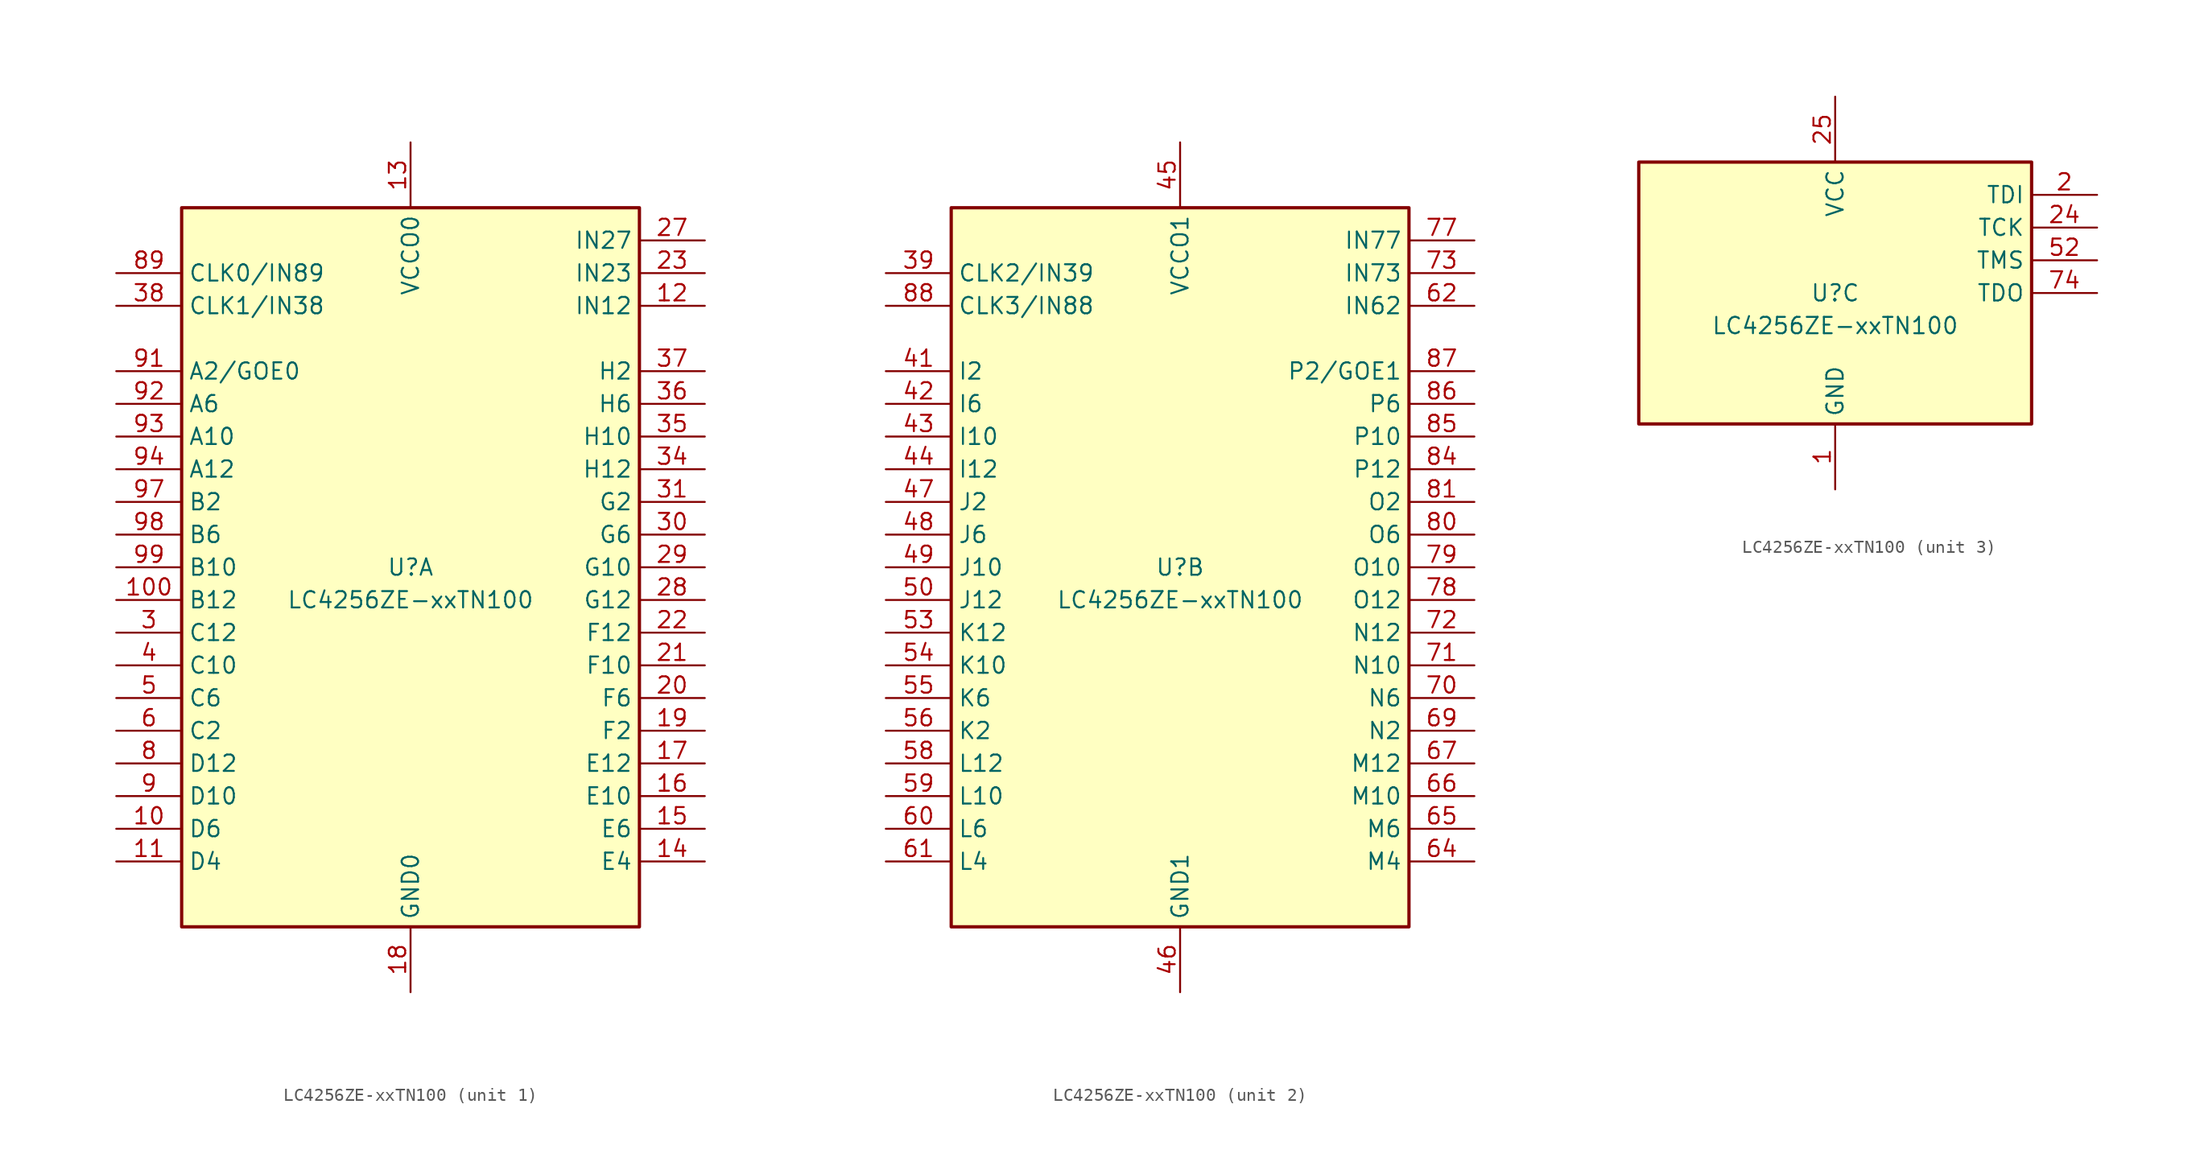
<source format=kicad_sym>
(kicad_symbol_lib
  (version 20210619)
  (generator kicad_symbol_editor)
  (symbol "Gekkio_CPLD_Lattice:LC4256ZE-xxTN100"
    (property "Reference" "U"
      (at 0 0 0)
      (effects (font (size 1.27 1.27))))
    (property "Value" "LC4256ZE-xxTN100"
      (at 0 -2.54 0)
      (effects (font (size 1.27 1.27))))
    (property "ki_locked" ""
      (at 0 0 0)
      (effects (font (size 1.27 1.27))))
    (symbol "LC4256ZE-xxTN100_1_1"
      (rectangle (start -17.78 27.94) (end 17.78 -27.94) (stroke (width 0.254)) (fill (type background)))
      (pin bidirectional line (at -22.86 -20.32 0) (length 5.08) (name "D6" (effects (font (size 1.27 1.27)))) (number "10" (effects (font (size 1.27 1.27)))))
      (pin bidirectional line (at -22.86 -2.54 0) (length 5.08) (name "B12" (effects (font (size 1.27 1.27)))) (number "100" (effects (font (size 1.27 1.27)))))
      (pin bidirectional line (at -22.86 -22.86 0) (length 5.08) (name "D4" (effects (font (size 1.27 1.27)))) (number "11" (effects (font (size 1.27 1.27)))))
      (pin input line (at 22.86 20.32 180) (length 5.08) (name "IN12" (effects (font (size 1.27 1.27)))) (number "12" (effects (font (size 1.27 1.27)))))
      (pin power_in line (at 0 33.02 270) (length 5.08) (name "VCCO0" (effects (font (size 1.27 1.27)))) (number "13" (effects (font (size 1.27 1.27)))))
      (pin bidirectional line (at 22.86 -22.86 180) (length 5.08) (name "E4" (effects (font (size 1.27 1.27)))) (number "14" (effects (font (size 1.27 1.27)))))
      (pin bidirectional line (at 22.86 -20.32 180) (length 5.08) (name "E6" (effects (font (size 1.27 1.27)))) (number "15" (effects (font (size 1.27 1.27)))))
      (pin bidirectional line (at 22.86 -17.78 180) (length 5.08) (name "E10" (effects (font (size 1.27 1.27)))) (number "16" (effects (font (size 1.27 1.27)))))
      (pin bidirectional line (at 22.86 -15.24 180) (length 5.08) (name "E12" (effects (font (size 1.27 1.27)))) (number "17" (effects (font (size 1.27 1.27)))))
      (pin power_in line (at 0 -33.02 90) (length 5.08) (name "GND0" (effects (font (size 1.27 1.27)))) (number "18" (effects (font (size 1.27 1.27)))))
      (pin bidirectional line (at 22.86 -12.7 180) (length 5.08) (name "F2" (effects (font (size 1.27 1.27)))) (number "19" (effects (font (size 1.27 1.27)))))
      (pin bidirectional line (at 22.86 -10.16 180) (length 5.08) (name "F6" (effects (font (size 1.27 1.27)))) (number "20" (effects (font (size 1.27 1.27)))))
      (pin bidirectional line (at 22.86 -7.62 180) (length 5.08) (name "F10" (effects (font (size 1.27 1.27)))) (number "21" (effects (font (size 1.27 1.27)))))
      (pin bidirectional line (at 22.86 -5.08 180) (length 5.08) (name "F12" (effects (font (size 1.27 1.27)))) (number "22" (effects (font (size 1.27 1.27)))))
      (pin input line (at 22.86 22.86 180) (length 5.08) (name "IN23" (effects (font (size 1.27 1.27)))) (number "23" (effects (font (size 1.27 1.27)))))
      (pin input line (at 22.86 25.4 180) (length 5.08) (name "IN27" (effects (font (size 1.27 1.27)))) (number "27" (effects (font (size 1.27 1.27)))))
      (pin bidirectional line (at 22.86 -2.54 180) (length 5.08) (name "G12" (effects (font (size 1.27 1.27)))) (number "28" (effects (font (size 1.27 1.27)))))
      (pin bidirectional line (at 22.86 0 180) (length 5.08) (name "G10" (effects (font (size 1.27 1.27)))) (number "29" (effects (font (size 1.27 1.27)))))
      (pin bidirectional line (at -22.86 -5.08 0) (length 5.08) (name "C12" (effects (font (size 1.27 1.27)))) (number "3" (effects (font (size 1.27 1.27)))))
      (pin bidirectional line (at 22.86 2.54 180) (length 5.08) (name "G6" (effects (font (size 1.27 1.27)))) (number "30" (effects (font (size 1.27 1.27)))))
      (pin bidirectional line (at 22.86 5.08 180) (length 5.08) (name "G2" (effects (font (size 1.27 1.27)))) (number "31" (effects (font (size 1.27 1.27)))))
      (pin passive line (at 0 -33.02 90) (length 5.08) hide (name "GND0" (effects (font (size 1.27 1.27)))) (number "32" (effects (font (size 1.27 1.27)))))
      (pin passive line (at 0 33.02 270) (length 5.08) hide (name "VCCO0" (effects (font (size 1.27 1.27)))) (number "33" (effects (font (size 1.27 1.27)))))
      (pin bidirectional line (at 22.86 7.62 180) (length 5.08) (name "H12" (effects (font (size 1.27 1.27)))) (number "34" (effects (font (size 1.27 1.27)))))
      (pin bidirectional line (at 22.86 10.16 180) (length 5.08) (name "H10" (effects (font (size 1.27 1.27)))) (number "35" (effects (font (size 1.27 1.27)))))
      (pin bidirectional line (at 22.86 12.7 180) (length 5.08) (name "H6" (effects (font (size 1.27 1.27)))) (number "36" (effects (font (size 1.27 1.27)))))
      (pin bidirectional line (at 22.86 15.24 180) (length 5.08) (name "H2" (effects (font (size 1.27 1.27)))) (number "37" (effects (font (size 1.27 1.27)))))
      (pin input line (at -22.86 20.32 0) (length 5.08) (name "CLK1/IN38" (effects (font (size 1.27 1.27)))) (number "38" (effects (font (size 1.27 1.27)))))
      (pin bidirectional line (at -22.86 -7.62 0) (length 5.08) (name "C10" (effects (font (size 1.27 1.27)))) (number "4" (effects (font (size 1.27 1.27)))))
      (pin bidirectional line (at -22.86 -10.16 0) (length 5.08) (name "C6" (effects (font (size 1.27 1.27)))) (number "5" (effects (font (size 1.27 1.27)))))
      (pin bidirectional line (at -22.86 -12.7 0) (length 5.08) (name "C2" (effects (font (size 1.27 1.27)))) (number "6" (effects (font (size 1.27 1.27)))))
      (pin passive line (at 0 -33.02 90) (length 5.08) hide (name "GND0" (effects (font (size 1.27 1.27)))) (number "7" (effects (font (size 1.27 1.27)))))
      (pin bidirectional line (at -22.86 -15.24 0) (length 5.08) (name "D12" (effects (font (size 1.27 1.27)))) (number "8" (effects (font (size 1.27 1.27)))))
      (pin input line (at -22.86 22.86 0) (length 5.08) (name "CLK0/IN89" (effects (font (size 1.27 1.27)))) (number "89" (effects (font (size 1.27 1.27)))))
      (pin bidirectional line (at -22.86 -17.78 0) (length 5.08) (name "D10" (effects (font (size 1.27 1.27)))) (number "9" (effects (font (size 1.27 1.27)))))
      (pin bidirectional line (at -22.86 15.24 0) (length 5.08) (name "A2/GOE0" (effects (font (size 1.27 1.27)))) (number "91" (effects (font (size 1.27 1.27)))))
      (pin bidirectional line (at -22.86 12.7 0) (length 5.08) (name "A6" (effects (font (size 1.27 1.27)))) (number "92" (effects (font (size 1.27 1.27)))))
      (pin bidirectional line (at -22.86 10.16 0) (length 5.08) (name "A10" (effects (font (size 1.27 1.27)))) (number "93" (effects (font (size 1.27 1.27)))))
      (pin bidirectional line (at -22.86 7.62 0) (length 5.08) (name "A12" (effects (font (size 1.27 1.27)))) (number "94" (effects (font (size 1.27 1.27)))))
      (pin passive line (at 0 33.02 270) (length 5.08) hide (name "VCCO0" (effects (font (size 1.27 1.27)))) (number "95" (effects (font (size 1.27 1.27)))))
      (pin passive line (at 0 -33.02 90) (length 5.08) hide (name "GND0" (effects (font (size 1.27 1.27)))) (number "96" (effects (font (size 1.27 1.27)))))
      (pin bidirectional line (at -22.86 5.08 0) (length 5.08) (name "B2" (effects (font (size 1.27 1.27)))) (number "97" (effects (font (size 1.27 1.27)))))
      (pin bidirectional line (at -22.86 2.54 0) (length 5.08) (name "B6" (effects (font (size 1.27 1.27)))) (number "98" (effects (font (size 1.27 1.27)))))
      (pin bidirectional line (at -22.86 0 0) (length 5.08) (name "B10" (effects (font (size 1.27 1.27)))) (number "99" (effects (font (size 1.27 1.27))))))
    (symbol "LC4256ZE-xxTN100_2_1"
      (rectangle (start -17.78 27.94) (end 17.78 -27.94) (stroke (width 0.254)) (fill (type background)))
      (pin input line (at -22.86 22.86 0) (length 5.08) (name "CLK2/IN39" (effects (font (size 1.27 1.27)))) (number "39" (effects (font (size 1.27 1.27)))))
      (pin bidirectional line (at -22.86 15.24 0) (length 5.08) (name "I2" (effects (font (size 1.27 1.27)))) (number "41" (effects (font (size 1.27 1.27)))))
      (pin bidirectional line (at -22.86 12.7 0) (length 5.08) (name "I6" (effects (font (size 1.27 1.27)))) (number "42" (effects (font (size 1.27 1.27)))))
      (pin bidirectional line (at -22.86 10.16 0) (length 5.08) (name "I10" (effects (font (size 1.27 1.27)))) (number "43" (effects (font (size 1.27 1.27)))))
      (pin bidirectional line (at -22.86 7.62 0) (length 5.08) (name "I12" (effects (font (size 1.27 1.27)))) (number "44" (effects (font (size 1.27 1.27)))))
      (pin power_in line (at 0 33.02 270) (length 5.08) (name "VCCO1" (effects (font (size 1.27 1.27)))) (number "45" (effects (font (size 1.27 1.27)))))
      (pin power_in line (at 0 -33.02 90) (length 5.08) (name "GND1" (effects (font (size 1.27 1.27)))) (number "46" (effects (font (size 1.27 1.27)))))
      (pin bidirectional line (at -22.86 5.08 0) (length 5.08) (name "J2" (effects (font (size 1.27 1.27)))) (number "47" (effects (font (size 1.27 1.27)))))
      (pin bidirectional line (at -22.86 2.54 0) (length 5.08) (name "J6" (effects (font (size 1.27 1.27)))) (number "48" (effects (font (size 1.27 1.27)))))
      (pin bidirectional line (at -22.86 0 0) (length 5.08) (name "J10" (effects (font (size 1.27 1.27)))) (number "49" (effects (font (size 1.27 1.27)))))
      (pin bidirectional line (at -22.86 -2.54 0) (length 5.08) (name "J12" (effects (font (size 1.27 1.27)))) (number "50" (effects (font (size 1.27 1.27)))))
      (pin bidirectional line (at -22.86 -5.08 0) (length 5.08) (name "K12" (effects (font (size 1.27 1.27)))) (number "53" (effects (font (size 1.27 1.27)))))
      (pin bidirectional line (at -22.86 -7.62 0) (length 5.08) (name "K10" (effects (font (size 1.27 1.27)))) (number "54" (effects (font (size 1.27 1.27)))))
      (pin bidirectional line (at -22.86 -10.16 0) (length 5.08) (name "K6" (effects (font (size 1.27 1.27)))) (number "55" (effects (font (size 1.27 1.27)))))
      (pin bidirectional line (at -22.86 -12.7 0) (length 5.08) (name "K2" (effects (font (size 1.27 1.27)))) (number "56" (effects (font (size 1.27 1.27)))))
      (pin passive line (at 0 -33.02 90) (length 5.08) hide (name "GND1" (effects (font (size 1.27 1.27)))) (number "57" (effects (font (size 1.27 1.27)))))
      (pin bidirectional line (at -22.86 -15.24 0) (length 5.08) (name "L12" (effects (font (size 1.27 1.27)))) (number "58" (effects (font (size 1.27 1.27)))))
      (pin bidirectional line (at -22.86 -17.78 0) (length 5.08) (name "L10" (effects (font (size 1.27 1.27)))) (number "59" (effects (font (size 1.27 1.27)))))
      (pin bidirectional line (at -22.86 -20.32 0) (length 5.08) (name "L6" (effects (font (size 1.27 1.27)))) (number "60" (effects (font (size 1.27 1.27)))))
      (pin bidirectional line (at -22.86 -22.86 0) (length 5.08) (name "L4" (effects (font (size 1.27 1.27)))) (number "61" (effects (font (size 1.27 1.27)))))
      (pin input line (at 22.86 20.32 180) (length 5.08) (name "IN62" (effects (font (size 1.27 1.27)))) (number "62" (effects (font (size 1.27 1.27)))))
      (pin passive line (at 0 33.02 270) (length 5.08) hide (name "VCCO1" (effects (font (size 1.27 1.27)))) (number "63" (effects (font (size 1.27 1.27)))))
      (pin bidirectional line (at 22.86 -22.86 180) (length 5.08) (name "M4" (effects (font (size 1.27 1.27)))) (number "64" (effects (font (size 1.27 1.27)))))
      (pin bidirectional line (at 22.86 -20.32 180) (length 5.08) (name "M6" (effects (font (size 1.27 1.27)))) (number "65" (effects (font (size 1.27 1.27)))))
      (pin bidirectional line (at 22.86 -17.78 180) (length 5.08) (name "M10" (effects (font (size 1.27 1.27)))) (number "66" (effects (font (size 1.27 1.27)))))
      (pin bidirectional line (at 22.86 -15.24 180) (length 5.08) (name "M12" (effects (font (size 1.27 1.27)))) (number "67" (effects (font (size 1.27 1.27)))))
      (pin passive line (at 0 -33.02 90) (length 5.08) hide (name "GND1" (effects (font (size 1.27 1.27)))) (number "68" (effects (font (size 1.27 1.27)))))
      (pin bidirectional line (at 22.86 -12.7 180) (length 5.08) (name "N2" (effects (font (size 1.27 1.27)))) (number "69" (effects (font (size 1.27 1.27)))))
      (pin bidirectional line (at 22.86 -10.16 180) (length 5.08) (name "N6" (effects (font (size 1.27 1.27)))) (number "70" (effects (font (size 1.27 1.27)))))
      (pin bidirectional line (at 22.86 -7.62 180) (length 5.08) (name "N10" (effects (font (size 1.27 1.27)))) (number "71" (effects (font (size 1.27 1.27)))))
      (pin bidirectional line (at 22.86 -5.08 180) (length 5.08) (name "N12" (effects (font (size 1.27 1.27)))) (number "72" (effects (font (size 1.27 1.27)))))
      (pin input line (at 22.86 22.86 180) (length 5.08) (name "IN73" (effects (font (size 1.27 1.27)))) (number "73" (effects (font (size 1.27 1.27)))))
      (pin input line (at 22.86 25.4 180) (length 5.08) (name "IN77" (effects (font (size 1.27 1.27)))) (number "77" (effects (font (size 1.27 1.27)))))
      (pin bidirectional line (at 22.86 -2.54 180) (length 5.08) (name "O12" (effects (font (size 1.27 1.27)))) (number "78" (effects (font (size 1.27 1.27)))))
      (pin bidirectional line (at 22.86 0 180) (length 5.08) (name "O10" (effects (font (size 1.27 1.27)))) (number "79" (effects (font (size 1.27 1.27)))))
      (pin bidirectional line (at 22.86 2.54 180) (length 5.08) (name "O6" (effects (font (size 1.27 1.27)))) (number "80" (effects (font (size 1.27 1.27)))))
      (pin bidirectional line (at 22.86 5.08 180) (length 5.08) (name "O2" (effects (font (size 1.27 1.27)))) (number "81" (effects (font (size 1.27 1.27)))))
      (pin passive line (at 0 -33.02 90) (length 5.08) hide (name "GND1" (effects (font (size 1.27 1.27)))) (number "82" (effects (font (size 1.27 1.27)))))
      (pin passive line (at 0 33.02 270) (length 5.08) hide (name "VCCO1" (effects (font (size 1.27 1.27)))) (number "83" (effects (font (size 1.27 1.27)))))
      (pin bidirectional line (at 22.86 7.62 180) (length 5.08) (name "P12" (effects (font (size 1.27 1.27)))) (number "84" (effects (font (size 1.27 1.27)))))
      (pin bidirectional line (at 22.86 10.16 180) (length 5.08) (name "P10" (effects (font (size 1.27 1.27)))) (number "85" (effects (font (size 1.27 1.27)))))
      (pin bidirectional line (at 22.86 12.7 180) (length 5.08) (name "P6" (effects (font (size 1.27 1.27)))) (number "86" (effects (font (size 1.27 1.27)))))
      (pin bidirectional line (at 22.86 15.24 180) (length 5.08) (name "P2/GOE1" (effects (font (size 1.27 1.27)))) (number "87" (effects (font (size 1.27 1.27)))))
      (pin input line (at -22.86 20.32 0) (length 5.08) (name "CLK3/IN88" (effects (font (size 1.27 1.27)))) (number "88" (effects (font (size 1.27 1.27))))))
    (symbol "LC4256ZE-xxTN100_3_1"
      (rectangle (start -15.24 10.16) (end 15.24 -10.16) (stroke (width 0.254)) (fill (type background)))
      (pin power_in line (at 0 -15.24 90) (length 5.08) (name "GND" (effects (font (size 1.27 1.27)))) (number "1" (effects (font (size 1.27 1.27)))))
      (pin input line (at 20.32 7.62 180) (length 5.08) (name "TDI" (effects (font (size 1.27 1.27)))) (number "2" (effects (font (size 1.27 1.27)))))
      (pin input line (at 20.32 5.08 180) (length 5.08) (name "TCK" (effects (font (size 1.27 1.27)))) (number "24" (effects (font (size 1.27 1.27)))))
      (pin power_in line (at 0 15.24 270) (length 5.08) (name "VCC" (effects (font (size 1.27 1.27)))) (number "25" (effects (font (size 1.27 1.27)))))
      (pin passive line (at 0 -15.24 90) (length 5.08) hide (name "GND" (effects (font (size 1.27 1.27)))) (number "26" (effects (font (size 1.27 1.27)))))
      (pin passive line (at 0 15.24 270) (length 5.08) hide (name "VCC" (effects (font (size 1.27 1.27)))) (number "40" (effects (font (size 1.27 1.27)))))
      (pin passive line (at 0 -15.24 90) (length 5.08) hide (name "GND" (effects (font (size 1.27 1.27)))) (number "51" (effects (font (size 1.27 1.27)))))
      (pin input line (at 20.32 2.54 180) (length 5.08) (name "TMS" (effects (font (size 1.27 1.27)))) (number "52" (effects (font (size 1.27 1.27)))))
      (pin output line (at 20.32 0 180) (length 5.08) (name "TDO" (effects (font (size 1.27 1.27)))) (number "74" (effects (font (size 1.27 1.27)))))
      (pin passive line (at 0 15.24 270) (length 5.08) hide (name "VCC" (effects (font (size 1.27 1.27)))) (number "75" (effects (font (size 1.27 1.27)))))
      (pin passive line (at 0 -15.24 90) (length 5.08) hide (name "GND" (effects (font (size 1.27 1.27)))) (number "76" (effects (font (size 1.27 1.27)))))
      (pin passive line (at 0 15.24 270) (length 5.08) hide (name "VCC" (effects (font (size 1.27 1.27)))) (number "90" (effects (font (size 1.27 1.27))))))))
</source>
